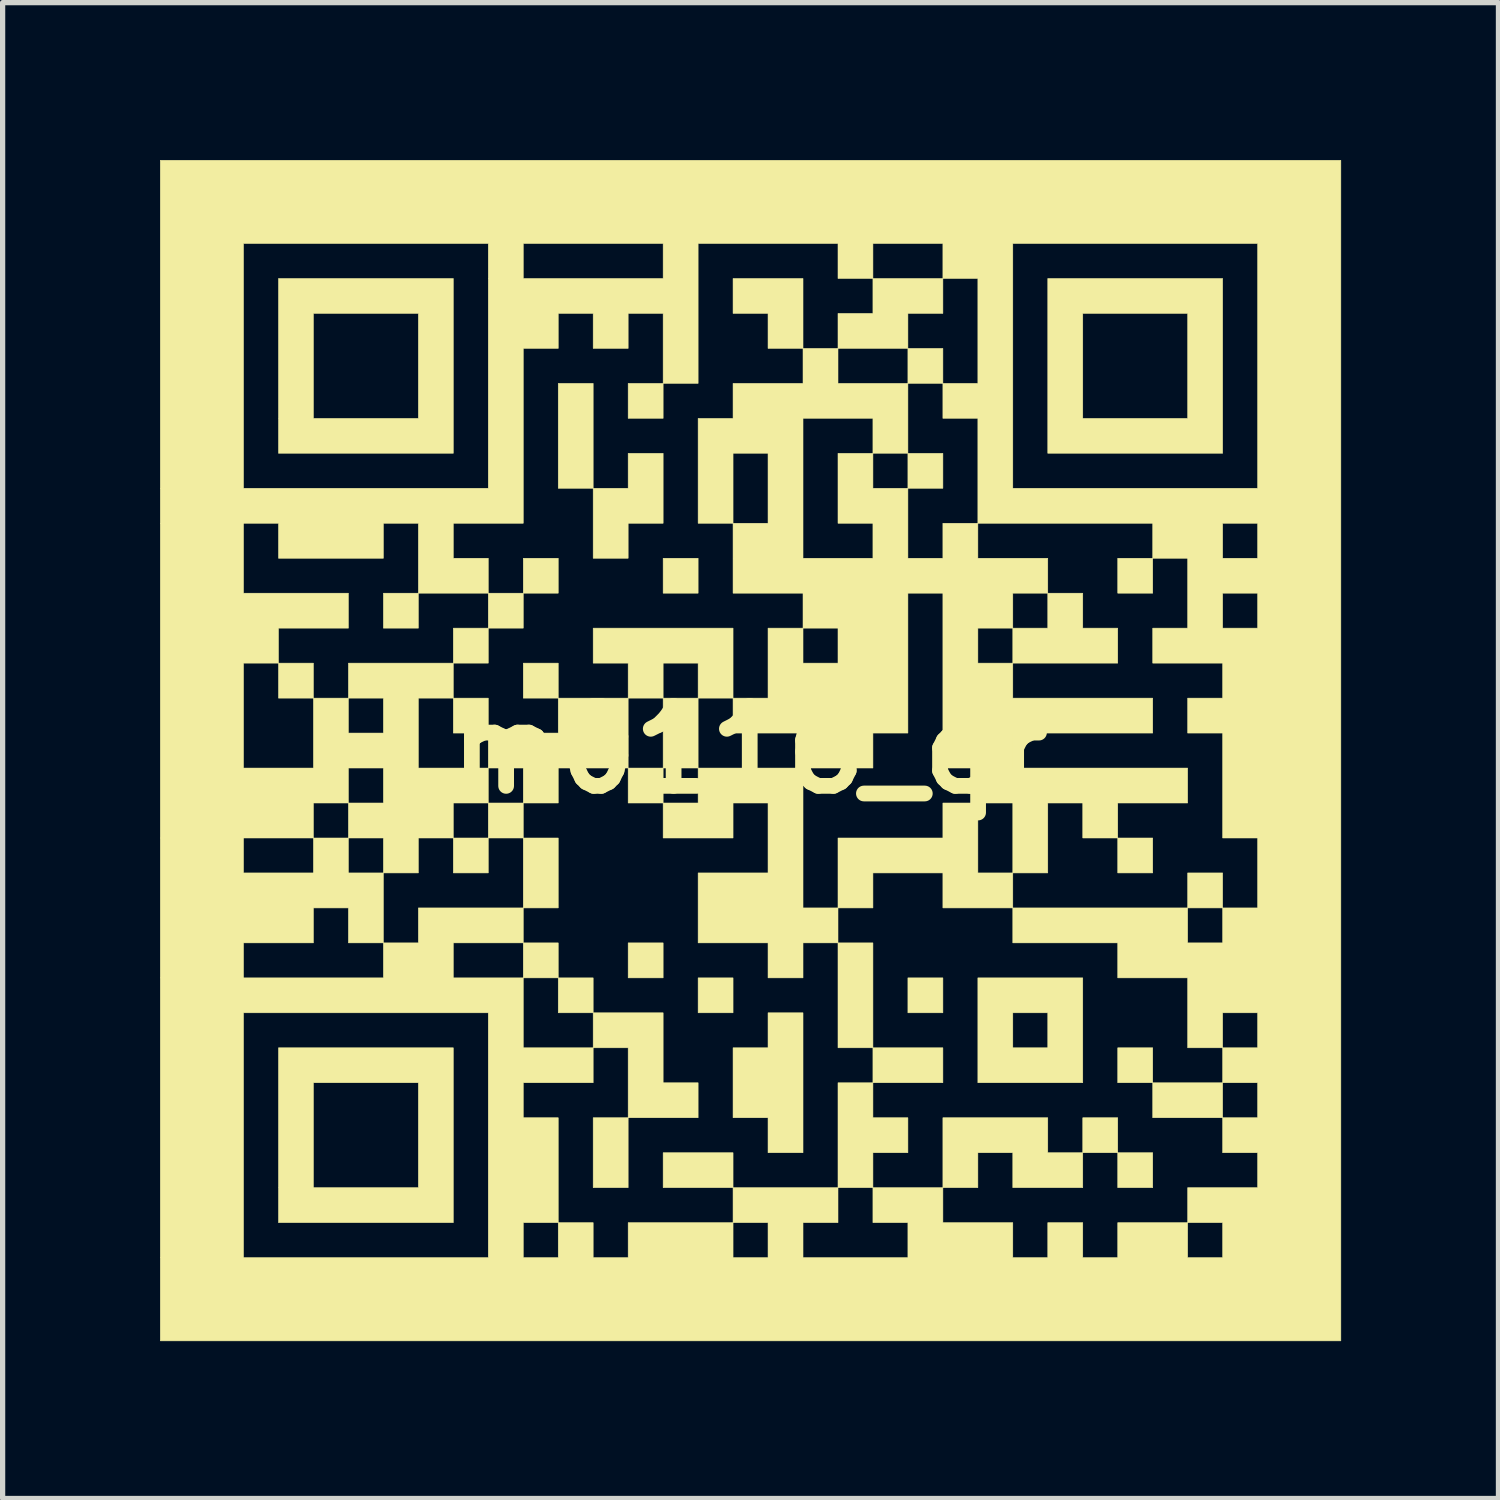
<source format=kicad_pcb>
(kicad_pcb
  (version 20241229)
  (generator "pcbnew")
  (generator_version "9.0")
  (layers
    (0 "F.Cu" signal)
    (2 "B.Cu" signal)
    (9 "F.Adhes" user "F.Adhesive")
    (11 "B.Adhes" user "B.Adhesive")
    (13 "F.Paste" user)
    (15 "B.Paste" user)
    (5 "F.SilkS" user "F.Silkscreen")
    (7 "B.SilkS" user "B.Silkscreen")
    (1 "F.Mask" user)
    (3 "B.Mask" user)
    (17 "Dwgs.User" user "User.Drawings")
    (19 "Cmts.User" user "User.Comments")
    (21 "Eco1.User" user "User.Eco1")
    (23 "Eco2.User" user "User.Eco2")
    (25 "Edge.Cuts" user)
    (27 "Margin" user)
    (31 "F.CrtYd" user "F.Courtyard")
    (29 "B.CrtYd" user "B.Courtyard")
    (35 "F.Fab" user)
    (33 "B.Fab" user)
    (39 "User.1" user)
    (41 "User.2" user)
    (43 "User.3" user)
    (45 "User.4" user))
  (footprint "m0116_qr"
    (layer "F.Cu")
    (at 11.245 11.245)
    (property "Reference" "m0116_qr" (at 0 0 0) (layer "F.SilkS") (effects (font (size 1.524 1.524) (thickness 0.3))))
    (attr through_hole)
    (fp_poly (pts (xy -8.319 -0.984) (xy -8.985 -0.984) (xy -8.985 -1.651) (xy -8.319 -1.651) (xy -8.319 -0.984)) (stroke (width 0.01) (type solid)) (fill yes) (layer "F.SilkS"))
    (fp_poly (pts (xy -6.318 -2.318) (xy -6.985 -2.318) (xy -6.985 -2.985) (xy -6.318 -2.985) (xy -6.318 -2.318)) (stroke (width 0.01) (type solid)) (fill yes) (layer "F.SilkS"))
    (fp_poly (pts (xy -5.652 -0.318) (xy -5.652 -0.984) (xy -4.985 -0.984) (xy -4.985 -0.318) (xy -5.652 -0.318)) (stroke (width 0.01) (type solid)) (fill yes) (layer "F.SilkS"))
    (fp_poly (pts (xy -4.985 -2.985) (xy -4.318 -2.985) (xy -4.318 -2.318) (xy -4.985 -2.318) (xy -4.985 -2.985)) (stroke (width 0.01) (type solid)) (fill yes) (layer "F.SilkS"))
    (fp_poly (pts (xy -4.985 -1.651) (xy -5.652 -1.651) (xy -5.652 -2.318) (xy -4.985 -2.318) (xy -4.985 -1.651)) (stroke (width 0.01) (type solid)) (fill yes) (layer "F.SilkS"))
    (fp_poly (pts (xy -4.985 1.016) (xy -4.318 1.016) (xy -4.318 1.683) (xy -4.985 1.683) (xy -4.985 1.016)) (stroke (width 0.01) (type solid)) (fill yes) (layer "F.SilkS"))
    (fp_poly (pts (xy -4.985 2.349) (xy -5.652 2.349) (xy -5.652 1.683) (xy -4.985 1.683) (xy -4.985 2.349)) (stroke (width 0.01) (type solid)) (fill yes) (layer "F.SilkS"))
    (fp_poly (pts (xy -4.318 -3.651) (xy -3.651 -3.651) (xy -3.651 -2.985) (xy -4.318 -2.985) (xy -4.318 -3.651)) (stroke (width 0.01) (type solid)) (fill yes) (layer "F.SilkS"))
    (fp_poly (pts (xy -4.318 -0.984) (xy -4.318 -1.651) (xy -3.651 -1.651) (xy -3.651 -0.984) (xy -4.318 -0.984)) (stroke (width 0.01) (type solid)) (fill yes) (layer "F.SilkS"))
    (fp_poly (pts (xy -4.318 4.35) (xy -4.318 3.683) (xy -3.651 3.683) (xy -3.651 4.35) (xy -4.318 4.35)) (stroke (width 0.01) (type solid)) (fill yes) (layer "F.SilkS"))
    (fp_poly (pts (xy -3.651 -4.985) (xy -3.651 -6.985) (xy -2.985 -6.985) (xy -2.985 -4.985) (xy -3.651 -4.985)) (stroke (width 0.01) (type solid)) (fill yes) (layer "F.SilkS"))
    (fp_poly (pts (xy -3.651 3.016) (xy -4.318 3.016) (xy -4.318 1.683) (xy -3.651 1.683) (xy -3.651 3.016)) (stroke (width 0.01) (type solid)) (fill yes) (layer "F.SilkS"))
    (fp_poly (pts (xy -3.651 5.016) (xy -3.651 4.35) (xy -2.985 4.35) (xy -2.985 5.016) (xy -3.651 5.016)) (stroke (width 0.01) (type solid)) (fill yes) (layer "F.SilkS"))
    (fp_poly (pts (xy -2.318 1.016) (xy -2.318 0.349) (xy -1.651 0.349) (xy -1.651 1.016) (xy -2.318 1.016)) (stroke (width 0.01) (type solid)) (fill yes) (layer "F.SilkS"))
    (fp_poly (pts (xy -2.318 8.35) (xy -2.985 8.35) (xy -2.985 7.017) (xy -2.318 7.017) (xy -2.318 8.35)) (stroke (width 0.01) (type solid)) (fill yes) (layer "F.SilkS"))
    (fp_poly (pts (xy -1.651 -6.318) (xy -2.318 -6.318) (xy -2.318 -6.985) (xy -1.651 -6.985) (xy -1.651 -6.318)) (stroke (width 0.01) (type solid)) (fill yes) (layer "F.SilkS"))
    (fp_poly (pts (xy -1.651 4.35) (xy -2.318 4.35) (xy -2.318 3.683) (xy -1.651 3.683) (xy -1.651 4.35)) (stroke (width 0.01) (type solid)) (fill yes) (layer "F.SilkS"))
    (fp_poly (pts (xy -0.984 -2.985) (xy -1.651 -2.985) (xy -1.651 -3.651) (xy -0.984 -3.651) (xy -0.984 -2.985)) (stroke (width 0.01) (type solid)) (fill yes) (layer "F.SilkS"))
    (fp_poly (pts (xy -0.984 0.349) (xy -1.651 0.349) (xy -1.651 -0.984) (xy -0.984 -0.984) (xy -0.984 0.349)) (stroke (width 0.01) (type solid)) (fill yes) (layer "F.SilkS"))
    (fp_poly (pts (xy -0.318 5.016) (xy -0.984 5.016) (xy -0.984 4.35) (xy -0.318 4.35) (xy -0.318 5.016)) (stroke (width 0.01) (type solid)) (fill yes) (layer "F.SilkS"))
    (fp_poly (pts (xy -0.318 8.35) (xy -1.651 8.35) (xy -1.651 7.684) (xy -0.318 7.684) (xy -0.318 8.35)) (stroke (width 0.01) (type solid)) (fill yes) (layer "F.SilkS"))
    (fp_poly (pts (xy 1.683 5.683) (xy 1.683 3.683) (xy 2.349 3.683) (xy 2.349 5.683) (xy 1.683 5.683)) (stroke (width 0.01) (type solid)) (fill yes) (layer "F.SilkS"))
    (fp_poly (pts (xy 2.349 5.683) (xy 3.683 5.683) (xy 3.683 6.35) (xy 2.349 6.35) (xy 2.349 5.683)) (stroke (width 0.01) (type solid)) (fill yes) (layer "F.SilkS"))
    (fp_poly (pts (xy 3.016 -7.652) (xy 3.683 -7.652) (xy 3.683 -6.985) (xy 3.016 -6.985) (xy 3.016 -7.652)) (stroke (width 0.01) (type solid)) (fill yes) (layer "F.SilkS"))
    (fp_poly (pts (xy 3.016 -5.652) (xy 3.683 -5.652) (xy 3.683 -4.985) (xy 3.016 -4.985) (xy 3.016 -5.652)) (stroke (width 0.01) (type solid)) (fill yes) (layer "F.SilkS"))
    (fp_poly (pts (xy 3.683 5.016) (xy 3.016 5.016) (xy 3.016 4.35) (xy 3.683 4.35) (xy 3.683 5.016)) (stroke (width 0.01) (type solid)) (fill yes) (layer "F.SilkS"))
    (fp_poly (pts (xy 6.35 7.017) (xy 7.017 7.017) (xy 7.017 7.684) (xy 6.35 7.684) (xy 6.35 7.017)) (stroke (width 0.01) (type solid)) (fill yes) (layer "F.SilkS"))
    (fp_poly (pts (xy 7.017 6.35) (xy 7.017 5.683) (xy 7.684 5.683) (xy 7.684 6.35) (xy 7.017 6.35)) (stroke (width 0.01) (type solid)) (fill yes) (layer "F.SilkS"))
    (fp_poly (pts (xy 7.684 -2.985) (xy 7.017 -2.985) (xy 7.017 -3.651) (xy 7.684 -3.651) (xy 7.684 -2.985)) (stroke (width 0.01) (type solid)) (fill yes) (layer "F.SilkS"))
    (fp_poly (pts (xy 7.684 1.683) (xy 7.684 2.349) (xy 7.017 2.349) (xy 7.017 1.683) (xy 7.684 1.683)) (stroke (width 0.01) (type solid)) (fill yes) (layer "F.SilkS"))
    (fp_poly (pts (xy 7.684 8.35) (xy 7.017 8.35) (xy 7.017 7.684) (xy 7.684 7.684) (xy 7.684 8.35)) (stroke (width 0.01) (type solid)) (fill yes) (layer "F.SilkS"))
    (fp_poly (pts (xy 9.017 3.016) (xy 8.35 3.016) (xy 8.35 2.349) (xy 9.017 2.349) (xy 9.017 3.016)) (stroke (width 0.01) (type solid)) (fill yes) (layer "F.SilkS"))
    (fp_poly (pts (xy 9.017 6.35) (xy 9.017 7.017) (xy 7.684 7.017) (xy 7.684 6.35) (xy 9.017 6.35)) (stroke (width 0.01) (type solid)) (fill yes) (layer "F.SilkS"))
    (fp_poly (pts (xy 0.349 -7.652) (xy 0.349 -8.319) (xy -0.318 -8.319) (xy -0.318 -8.985) (xy 1.016 -8.985) (xy 1.016 -7.652) (xy 0.349 -7.652)) (stroke (width 0.01) (type solid)) (fill yes) (layer "F.SilkS"))
    (fp_poly (pts (xy -2.318 -4.985) (xy -2.318 -5.652) (xy -1.651 -5.652) (xy -1.651 -4.318) (xy -2.318 -4.318) (xy -2.318 -3.651) (xy -2.985 -3.651) (xy -2.985 -4.985) (xy -2.318 -4.985)) (stroke (width 0.01) (type solid)) (fill yes) (layer "F.SilkS"))
    (fp_poly (pts (xy -2.318 5.683) (xy -2.985 5.683) (xy -2.985 5.016) (xy -1.651 5.016) (xy -1.651 6.35) (xy -0.984 6.35) (xy -0.984 7.017) (xy -2.318 7.017) (xy -2.318 5.683)) (stroke (width 0.01) (type solid)) (fill yes) (layer "F.SilkS"))
    (fp_poly (pts (xy 1.016 7.684) (xy 0.349 7.684) (xy 0.349 7.017) (xy -0.318 7.017) (xy -0.318 5.683) (xy 0.349 5.683) (xy 0.349 5.016) (xy 1.016 5.016) (xy 1.016 7.684)) (stroke (width 0.01) (type solid)) (fill yes) (layer "F.SilkS"))
    (fp_poly (pts (xy 1.683 -8.319) (xy 2.349 -8.319) (xy 2.349 -8.985) (xy 3.683 -8.985) (xy 3.683 -8.319) (xy 3.016 -8.319) (xy 3.016 -7.652) (xy 1.683 -7.652) (xy 1.683 -8.319)) (stroke (width 0.01) (type solid)) (fill yes) (layer "F.SilkS"))
    (fp_poly (pts (xy 2.349 7.017) (xy 3.016 7.017) (xy 3.016 7.684) (xy 2.349 7.684) (xy 2.349 8.35) (xy 1.683 8.35) (xy 1.683 6.35) (xy 2.349 6.35) (xy 2.349 7.017)) (stroke (width 0.01) (type solid)) (fill yes) (layer "F.SilkS"))
    (fp_poly (pts (xy 5.016 -2.318) (xy 5.683 -2.318) (xy 5.683 -2.985) (xy 6.35 -2.985) (xy 6.35 -2.318) (xy 7.017 -2.318) (xy 7.017 -1.651) (xy 5.016 -1.651) (xy 5.016 -2.318)) (stroke (width 0.01) (type solid)) (fill yes) (layer "F.SilkS"))
    (fp_poly (pts (xy -4.318 0.349) (xy -4.985 0.349) (xy -4.985 -0.318) (xy -3.651 -0.318) (xy -3.651 -0.984) (xy -2.318 -0.984) (xy -2.318 0.349) (xy -3.651 0.349) (xy -3.651 1.016) (xy -4.318 1.016) (xy -4.318 0.349)) (stroke (width 0.01) (type solid)) (fill yes) (layer "F.SilkS"))
    (fp_poly (pts (xy -2.318 -1.651) (xy -2.985 -1.651) (xy -2.985 -2.318) (xy -0.318 -2.318) (xy -0.318 -0.984) (xy -0.984 -0.984) (xy -0.984 -1.651) (xy -1.651 -1.651) (xy -1.651 -0.984) (xy -2.318 -0.984) (xy -2.318 -1.651)) (stroke (width 0.01) (type solid)) (fill yes) (layer "F.SilkS"))
    (fp_poly (pts (xy 6.35 8.35) (xy 5.016 8.35) (xy 5.016 7.684) (xy 4.35 7.684) (xy 4.35 8.35) (xy 3.683 8.35) (xy 3.683 7.017) (xy 5.683 7.017) (xy 5.683 7.684) (xy 6.35 7.684) (xy 6.35 8.35)) (stroke (width 0.01) (type solid)) (fill yes) (layer "F.SilkS"))
    (fp_poly (pts (xy -5.652 -5.652) (xy -8.985 -5.652) (xy -8.985 -8.319) (xy -8.319 -8.319) (xy -8.319 -6.318) (xy -6.318 -6.318) (xy -6.318 -8.319) (xy -8.319 -8.319) (xy -8.985 -8.319) (xy -8.985 -8.985) (xy -5.652 -8.985) (xy -5.652 -5.652)) (stroke (width 0.01) (type solid)) (fill yes) (layer "F.SilkS"))
    (fp_poly (pts (xy -5.652 9.017) (xy -8.985 9.017) (xy -8.985 6.35) (xy -8.319 6.35) (xy -8.319 8.35) (xy -6.318 8.35) (xy -6.318 6.35) (xy -8.319 6.35) (xy -8.985 6.35) (xy -8.985 5.683) (xy -5.652 5.683) (xy -5.652 9.017)) (stroke (width 0.01) (type solid)) (fill yes) (layer "F.SilkS"))
    (fp_poly (pts (xy 6.35 6.35) (xy 4.35 6.35) (xy 4.35 5.016) (xy 5.016 5.016) (xy 5.016 5.683) (xy 5.683 5.683) (xy 5.683 5.016) (xy 5.016 5.016) (xy 4.35 5.016) (xy 4.35 4.35) (xy 6.35 4.35) (xy 6.35 6.35)) (stroke (width 0.01) (type solid)) (fill yes) (layer "F.SilkS"))
    (fp_poly (pts (xy 9.017 -5.652) (xy 5.683 -5.652) (xy 5.683 -8.319) (xy 6.35 -8.319) (xy 6.35 -6.318) (xy 8.35 -6.318) (xy 8.35 -8.319) (xy 6.35 -8.319) (xy 5.683 -8.319) (xy 5.683 -8.985) (xy 9.017 -8.985) (xy 9.017 -5.652)) (stroke (width 0.01) (type solid)) (fill yes) (layer "F.SilkS"))
    (fp_poly (pts (xy 1.683 -6.985) (xy 3.016 -6.985) (xy 3.016 -5.652) (xy 2.349 -5.652) (xy 2.349 -4.985) (xy 3.016 -4.985) (xy 3.016 -3.651) (xy 3.683 -3.651) (xy 3.683 -4.318) (xy 4.35 -4.318) (xy 4.35 -3.651) (xy 5.683 -3.651) (xy 5.683 -2.985) (xy 5.016 -2.985) (xy 5.016 -2.318) (xy 4.35 -2.318) (xy 4.35 -1.651) (xy 5.016 -1.651) (xy 5.016 -0.984) (xy 7.684 -0.984) (xy 7.684 -0.318) (xy 5.016 -0.318) (xy 5.016 0.349) (xy 8.35 0.349) (xy 8.35 1.016) (xy 7.017 1.016) (xy 7.017 1.683) (xy 6.35 1.683) (xy 6.35 1.016) (xy 5.683 1.016) (xy 5.683 2.349) (xy 5.016 2.349) (xy 5.016 3.016) (xy 3.683 3.016) (xy 3.683 2.349) (xy 2.349 2.349) (xy 2.349 3.016) (xy 1.683 3.016) (xy 1.683 3.683) (xy 1.016 3.683) (xy 1.016 4.35) (xy 0.349 4.35) (xy 0.349 3.683) (xy -0.984 3.683) (xy -0.984 3.016) (xy 1.016 3.016) (xy 1.683 3.016) (xy 1.683 1.683) (xy 3.683 1.683) (xy 3.683 1.016) (xy 4.35 1.016) (xy 4.35 2.349) (xy 5.016 2.349) (xy 5.016 1.016) (xy 4.35 1.016) (xy 4.35 0.349) (xy 3.683 0.349) (xy 3.683 -2.985) (xy 3.016 -2.985) (xy 3.016 -0.318) (xy 2.349 -0.318) (xy 2.349 0.349) (xy 1.016 0.349) (xy 1.016 3.016) (xy -0.984 3.016) (xy -0.984 2.349) (xy 0.349 2.349) (xy 0.349 1.016) (xy -0.318 1.016) (xy -0.318 1.683) (xy -1.651 1.683) (xy -1.651 1.016) (xy -0.984 1.016) (xy -0.984 0.349) (xy 1.016 0.349) (xy 1.016 -0.318) (xy -0.318 -0.318) (xy -0.318 -0.984) (xy 0.349 -0.984) (xy 0.349 -2.318) (xy 1.016 -2.318) (xy 1.016 -1.651) (xy 1.683 -1.651) (xy 1.683 -2.318) (xy 1.016 -2.318) (xy 1.016 -2.985) (xy -0.318 -2.985) (xy -0.318 -4.318) (xy -0.984 -4.318) (xy -0.984 -5.652) (xy -0.318 -5.652) (xy -0.318 -4.318) (xy 0.349 -4.318) (xy 0.349 -5.652) (xy -0.318 -5.652) (xy -0.984 -5.652) (xy -0.984 -6.318) (xy -0.318 -6.318) (xy 1.016 -6.318) (xy 1.016 -3.651) (xy 2.349 -3.651) (xy 2.349 -4.318) (xy 1.683 -4.318) (xy 1.683 -5.652) (xy 2.349 -5.652) (xy 2.349 -6.318) (xy 1.016 -6.318) (xy -0.318 -6.318) (xy -0.318 -6.985) (xy 1.016 -6.985) (xy 1.016 -7.652) (xy 1.683 -7.652) (xy 1.683 -6.985)) (stroke (width 0.01) (type solid)) (fill yes) (layer "F.SilkS"))
    (fp_poly (pts (xy 11.271 11.271) (xy -11.239 11.271) (xy -11.239 5.016) (xy -9.652 5.016) (xy -9.652 9.684) (xy -4.985 9.684) (xy -4.985 9.017) (xy -4.318 9.017) (xy -4.318 9.684) (xy -3.651 9.684) (xy -3.651 9.017) (xy -4.318 9.017) (xy -4.985 9.017) (xy -4.985 5.016) (xy -9.652 5.016) (xy -11.239 5.016) (xy -11.239 3.683) (xy -9.652 3.683) (xy -9.652 4.35) (xy -6.985 4.35) (xy -6.985 3.683) (xy -7.652 3.683) (xy -7.652 3.016) (xy -8.319 3.016) (xy -8.319 3.683) (xy -9.652 3.683) (xy -11.239 3.683) (xy -11.239 1.683) (xy -9.652 1.683) (xy -9.652 2.349) (xy -8.319 2.349) (xy -8.319 1.683) (xy -9.652 1.683) (xy -11.239 1.683) (xy -11.239 1.016) (xy -8.319 1.016) (xy -8.319 1.683) (xy -7.652 1.683) (xy -7.652 2.349) (xy -6.985 2.349) (xy -6.985 1.683) (xy -7.652 1.683) (xy -7.652 1.016) (xy -8.319 1.016) (xy -11.239 1.016) (xy -11.239 -4.318) (xy -9.652 -4.318) (xy -9.652 -2.985) (xy -7.652 -2.985) (xy -7.652 -2.318) (xy -8.985 -2.318) (xy -8.985 -1.651) (xy -9.652 -1.651) (xy -9.652 0.349) (xy -8.319 0.349) (xy -7.652 0.349) (xy -7.652 1.016) (xy -6.985 1.016) (xy -6.985 0.349) (xy -7.652 0.349) (xy -8.319 0.349) (xy -8.319 -0.984) (xy -7.652 -0.984) (xy -7.652 -0.318) (xy -6.985 -0.318) (xy -6.985 -0.984) (xy -7.652 -0.984) (xy -7.652 -1.651) (xy -5.652 -1.651) (xy -5.652 -0.984) (xy -6.318 -0.984) (xy -6.318 0.349) (xy -4.985 0.349) (xy -4.985 1.016) (xy -5.652 1.016) (xy -5.652 1.683) (xy -6.318 1.683) (xy -6.318 2.349) (xy -6.985 2.349) (xy -6.985 3.683) (xy -6.318 3.683) (xy -6.318 3.016) (xy -4.318 3.016) (xy -4.318 3.683) (xy -5.652 3.683) (xy -5.652 4.35) (xy -4.318 4.35) (xy -4.318 5.683) (xy -2.985 5.683) (xy -2.985 6.35) (xy -4.318 6.35) (xy -4.318 7.017) (xy -3.651 7.017) (xy -3.651 9.017) (xy -2.985 9.017) (xy -2.985 9.684) (xy -2.318 9.684) (xy -2.318 9.017) (xy -0.318 9.017) (xy -0.318 9.684) (xy 0.349 9.684) (xy 0.349 9.017) (xy -0.318 9.017) (xy -0.318 8.35) (xy 1.683 8.35) (xy 1.683 9.017) (xy 1.016 9.017) (xy 1.016 9.684) (xy 3.016 9.684) (xy 3.016 9.017) (xy 2.349 9.017) (xy 2.349 8.35) (xy 3.683 8.35) (xy 3.683 9.017) (xy 5.016 9.017) (xy 5.016 9.684) (xy 5.683 9.684) (xy 5.683 9.017) (xy 6.35 9.017) (xy 6.35 9.684) (xy 7.017 9.684) (xy 7.017 9.017) (xy 8.35 9.017) (xy 8.35 9.684) (xy 9.017 9.684) (xy 9.017 9.017) (xy 8.35 9.017) (xy 8.35 8.35) (xy 9.684 8.35) (xy 9.684 7.684) (xy 9.017 7.684) (xy 9.017 7.017) (xy 9.684 7.017) (xy 9.684 6.35) (xy 9.017 6.35) (xy 9.017 5.683) (xy 8.35 5.683) (xy 8.35 5.016) (xy 9.017 5.016) (xy 9.017 5.683) (xy 9.684 5.683) (xy 9.684 5.016) (xy 9.017 5.016) (xy 8.35 5.016) (xy 8.35 4.35) (xy 7.017 4.35) (xy 7.017 3.683) (xy 5.016 3.683) (xy 5.016 3.016) (xy 8.35 3.016) (xy 8.35 3.683) (xy 9.017 3.683) (xy 9.017 3.016) (xy 9.684 3.016) (xy 9.684 1.683) (xy 9.017 1.683) (xy 9.017 -0.318) (xy 8.35 -0.318) (xy 8.35 -0.984) (xy 9.017 -0.984) (xy 9.017 -1.651) (xy 7.684 -1.651) (xy 7.684 -2.318) (xy 8.35 -2.318) (xy 8.35 -2.985) (xy 9.017 -2.985) (xy 9.017 -2.318) (xy 9.684 -2.318) (xy 9.684 -2.985) (xy 9.017 -2.985) (xy 8.35 -2.985) (xy 8.35 -3.651) (xy 7.684 -3.651) (xy 7.684 -4.318) (xy 9.017 -4.318) (xy 9.017 -3.651) (xy 9.684 -3.651) (xy 9.684 -4.318) (xy 9.017 -4.318) (xy 7.684 -4.318) (xy 4.35 -4.318) (xy 4.35 -6.318) (xy 3.683 -6.318) (xy 3.683 -6.985) (xy 4.35 -6.985) (xy 4.35 -8.985) (xy 3.683 -8.985) (xy 3.683 -9.652) (xy 5.016 -9.652) (xy 5.016 -4.985) (xy 9.684 -4.985) (xy 9.684 -9.652) (xy 5.016 -9.652) (xy 3.683 -9.652) (xy 2.349 -9.652) (xy 2.349 -8.985) (xy 1.683 -8.985) (xy 1.683 -9.652) (xy -0.984 -9.652) (xy -0.984 -6.985) (xy -1.651 -6.985) (xy -1.651 -8.319) (xy -2.318 -8.319) (xy -2.318 -7.652) (xy -2.985 -7.652) (xy -2.985 -8.319) (xy -3.651 -8.319) (xy -3.651 -7.652) (xy -4.318 -7.652) (xy -4.318 -4.318) (xy -5.652 -4.318) (xy -5.652 -3.651) (xy -4.985 -3.651) (xy -4.985 -2.985) (xy -6.318 -2.985) (xy -6.318 -4.318) (xy -6.985 -4.318) (xy -6.985 -3.651) (xy -8.985 -3.651) (xy -8.985 -4.318) (xy -9.652 -4.318) (xy -11.239 -4.318) (xy -11.239 -9.652) (xy -9.652 -9.652) (xy -9.652 -4.985) (xy -4.985 -4.985) (xy -4.985 -9.652) (xy -4.318 -9.652) (xy -4.318 -8.985) (xy -1.651 -8.985) (xy -1.651 -9.652) (xy -4.318 -9.652) (xy -4.985 -9.652) (xy -9.652 -9.652) (xy -11.239 -9.652) (xy -11.239 -11.239) (xy 11.271 -11.239) (xy 11.271 11.271)) (stroke (width 0.01) (type solid)) (fill yes) (layer "F.SilkS")))
  (gr_rect
    (start -3 -3)
    (end 25.521 25.521)
    (stroke (width 0.1) (type default))
    (fill no)
    (layer "Edge.Cuts")))
</source>
